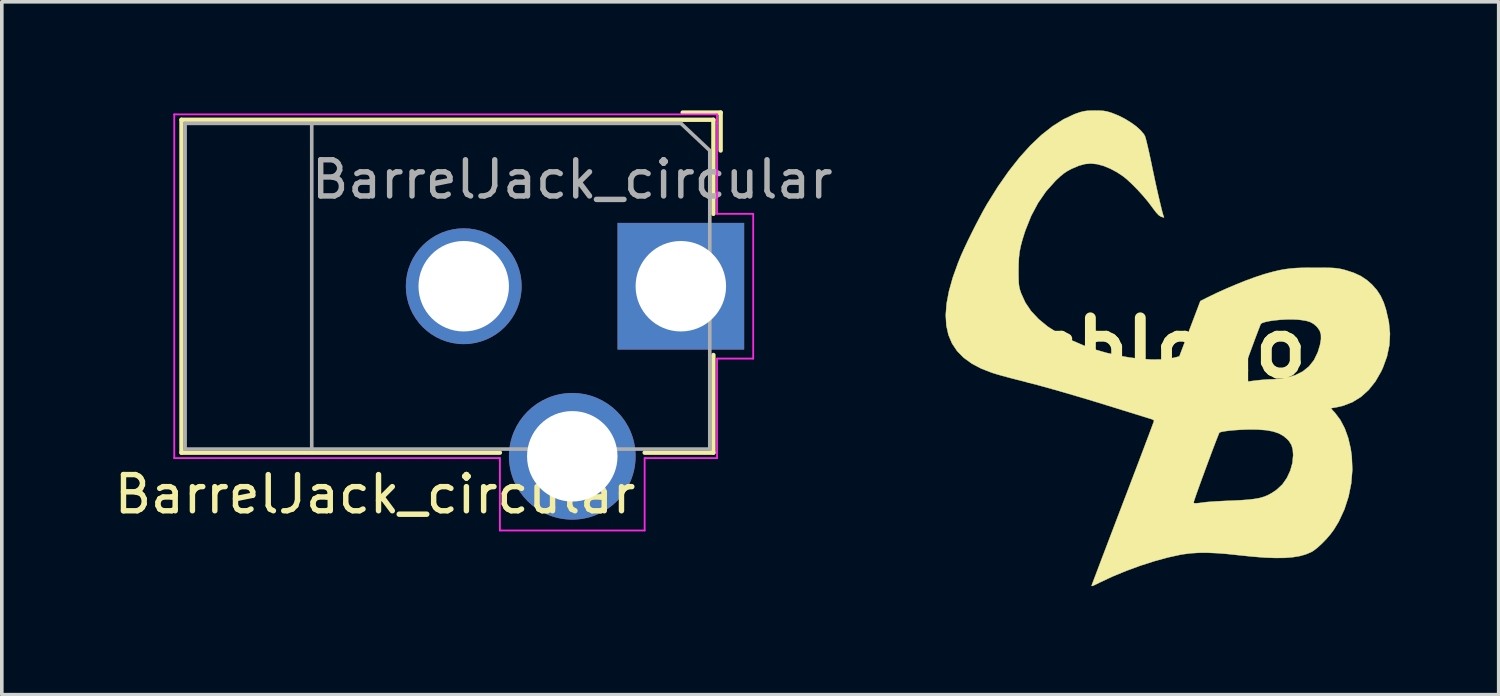
<source format=kicad_pcb>
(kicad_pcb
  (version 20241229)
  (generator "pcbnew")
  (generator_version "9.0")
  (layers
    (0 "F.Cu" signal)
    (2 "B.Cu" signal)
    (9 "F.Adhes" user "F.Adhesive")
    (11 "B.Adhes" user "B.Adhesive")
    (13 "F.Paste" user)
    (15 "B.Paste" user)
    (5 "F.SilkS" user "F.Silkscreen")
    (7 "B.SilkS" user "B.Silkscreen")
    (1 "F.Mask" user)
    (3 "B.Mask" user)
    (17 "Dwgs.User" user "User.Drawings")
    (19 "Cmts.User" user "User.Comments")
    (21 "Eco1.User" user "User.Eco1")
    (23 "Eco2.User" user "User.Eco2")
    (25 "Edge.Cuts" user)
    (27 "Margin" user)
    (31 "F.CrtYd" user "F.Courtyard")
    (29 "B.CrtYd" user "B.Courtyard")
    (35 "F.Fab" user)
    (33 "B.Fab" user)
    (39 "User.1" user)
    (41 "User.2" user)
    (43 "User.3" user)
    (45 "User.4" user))
  (footprint "BarrelJack_circular"
    (layer "F.Cu")
    (at 15.765 4.86)
    (property "Reference" "BarrelJack_circular" (at -8.45 5.75 0) (layer "F.SilkS") (effects (font (size 1 1) (thickness 0.15))))
    (attr through_hole)
    (fp_line (start -13.8 -4.6) (end 0.9 -4.6) (stroke (width 0.12) (type solid)) (layer "F.SilkS"))
    (fp_line (start -13.8 4.6) (end -13.8 -4.6) (stroke (width 0.12) (type solid)) (layer "F.SilkS"))
    (fp_line (start -5 4.6) (end -13.8 4.6) (stroke (width 0.12) (type solid)) (layer "F.SilkS"))
    (fp_line (start 0.05 -4.8) (end 1.1 -4.8) (stroke (width 0.12) (type solid)) (layer "F.SilkS"))
    (fp_line (start 0.9 -4.6) (end 0.9 -2) (stroke (width 0.12) (type solid)) (layer "F.SilkS"))
    (fp_line (start 0.9 1.9) (end 0.9 4.6) (stroke (width 0.12) (type solid)) (layer "F.SilkS"))
    (fp_line (start 0.9 4.6) (end -1 4.6) (stroke (width 0.12) (type solid)) (layer "F.SilkS"))
    (fp_line (start 1.1 -3.75) (end 1.1 -4.8) (stroke (width 0.12) (type solid)) (layer "F.SilkS"))
    (fp_line (start -14 4.75) (end -14 -4.75) (stroke (width 0.05) (type solid)) (layer "F.CrtYd"))
    (fp_line (start -5 4.75) (end -14 4.75) (stroke (width 0.05) (type solid)) (layer "F.CrtYd"))
    (fp_line (start -5 6.75) (end -5 4.75) (stroke (width 0.05) (type solid)) (layer "F.CrtYd"))
    (fp_line (start -1 4.75) (end -1 6.75) (stroke (width 0.05) (type solid)) (layer "F.CrtYd"))
    (fp_line (start -1 6.75) (end -5 6.75) (stroke (width 0.05) (type solid)) (layer "F.CrtYd"))
    (fp_line (start 1 -4.75) (end -14 -4.75) (stroke (width 0.05) (type solid)) (layer "F.CrtYd"))
    (fp_line (start 1 -4.5) (end 1 -4.75) (stroke (width 0.05) (type solid)) (layer "F.CrtYd"))
    (fp_line (start 1 -4.5) (end 1 -2) (stroke (width 0.05) (type solid)) (layer "F.CrtYd"))
    (fp_line (start 1 -2) (end 2 -2) (stroke (width 0.05) (type solid)) (layer "F.CrtYd"))
    (fp_line (start 1 2) (end 1 4.75) (stroke (width 0.05) (type solid)) (layer "F.CrtYd"))
    (fp_line (start 1 4.75) (end -1 4.75) (stroke (width 0.05) (type solid)) (layer "F.CrtYd"))
    (fp_line (start 2 -2) (end 2 2) (stroke (width 0.05) (type solid)) (layer "F.CrtYd"))
    (fp_line (start 2 2) (end 1 2) (stroke (width 0.05) (type solid)) (layer "F.CrtYd"))
    (fp_line (start -13.7 -4.5) (end -13.7 4.5) (stroke (width 0.1) (type solid)) (layer "F.Fab"))
    (fp_line (start -13.7 4.5) (end 0.8 4.5) (stroke (width 0.1) (type solid)) (layer "F.Fab"))
    (fp_line (start -10.2 -4.5) (end -10.2 4.5) (stroke (width 0.1) (type solid)) (layer "F.Fab"))
    (fp_line (start -0.003 -4.505) (end 0.8 -3.75) (stroke (width 0.1) (type solid)) (layer "F.Fab"))
    (fp_line (start 0 -4.5) (end -13.7 -4.5) (stroke (width 0.1) (type solid)) (layer "F.Fab"))
    (fp_line (start 0.8 4.5) (end 0.8 -3.75) (stroke (width 0.1) (type solid)) (layer "F.Fab"))
    (fp_text user "${REFERENCE}" (at -3 -2.95 0) (layer "F.Fab") (effects (font (size 1 1) (thickness 0.15))))
    (pad "1" thru_hole rect (at 0 0) (size 3.5 3.5) (drill 2.5) (layers "*.Cu" "*.Mask"))
    (pad "2" thru_hole circle (at -6 0) (size 3.2 3.2) (drill 2.5) (layers "*.Cu" "*.Mask"))
    (pad "3" thru_hole oval (at -3 4.7) (size 3.5 3.5) (drill 2.5) (layers "*.Cu" "*.Mask")))
  (footprint "cblogo"
    (layer "F.Cu")
    (at 29.224 6.568)
    (property "Reference" "cblogo" (at 0 0 0) (layer "F.SilkS") (effects (font (size 1.524 1.524) (thickness 0.3))))
    (attr through_hole)
    (fp_poly (pts (xy -1.882 -6.561) (xy -1.776 -6.554) (xy -1.686 -6.538) (xy -1.591 -6.511) (xy -1.537 -6.493) (xy -1.361 -6.422) (xy -1.186 -6.333) (xy -1.02 -6.231) (xy -0.872 -6.123) (xy -0.751 -6.014) (xy -0.664 -5.911) (xy -0.633 -5.857) (xy -0.616 -5.805) (xy -0.591 -5.71) (xy -0.56 -5.581) (xy -0.524 -5.425) (xy -0.486 -5.25) (xy -0.446 -5.063) (xy -0.445 -5.054) (xy -0.399 -4.836) (xy -0.353 -4.618) (xy -0.307 -4.408) (xy -0.262 -4.21) (xy -0.22 -4.031) (xy -0.183 -3.877) (xy -0.152 -3.755) (xy -0.128 -3.67) (xy -0.112 -3.629) (xy -0.112 -3.629) (xy -0.105 -3.611) (xy -0.123 -3.61) (xy -0.176 -3.627) (xy -0.194 -3.633) (xy -0.248 -3.667) (xy -0.318 -3.74) (xy -0.406 -3.854) (xy -0.433 -3.892) (xy -0.546 -4.042) (xy -0.682 -4.204) (xy -0.83 -4.367) (xy -0.98 -4.52) (xy -1.121 -4.652) (xy -1.229 -4.741) (xy -1.403 -4.857) (xy -1.593 -4.958) (xy -1.783 -5.035) (xy -1.956 -5.082) (xy -1.957 -5.082) (xy -2.127 -5.099) (xy -2.292 -5.085) (xy -2.464 -5.037) (xy -2.658 -4.954) (xy -2.666 -4.95) (xy -2.777 -4.891) (xy -2.873 -4.827) (xy -2.97 -4.748) (xy -3.082 -4.644) (xy -3.114 -4.612) (xy -3.368 -4.327) (xy -3.588 -4.008) (xy -3.777 -3.652) (xy -3.935 -3.258) (xy -3.962 -3.178) (xy -4.023 -2.98) (xy -4.068 -2.811) (xy -4.098 -2.655) (xy -4.116 -2.497) (xy -4.125 -2.319) (xy -4.127 -2.121) (xy -4.126 -1.964) (xy -4.123 -1.847) (xy -4.117 -1.757) (xy -4.106 -1.683) (xy -4.089 -1.614) (xy -4.064 -1.538) (xy -4.055 -1.512) (xy -3.941 -1.261) (xy -3.781 -1.023) (xy -3.572 -0.8) (xy -3.317 -0.591) (xy -3.013 -0.396) (xy -2.66 -0.214) (xy -2.318 -0.067) (xy -2.016 0.041) (xy -1.699 0.132) (xy -1.377 0.206) (xy -1.055 0.263) (xy -0.743 0.3) (xy -0.446 0.318) (xy -0.174 0.315) (xy 0.067 0.29) (xy 0.229 0.254) (xy 0.318 0.229) (xy 0.608 -0.535) (xy 0.898 -1.299) (xy 1.096 -1.399) (xy 1.348 -1.521) (xy 1.616 -1.642) (xy 1.889 -1.758) (xy 2.156 -1.865) (xy 2.407 -1.957) (xy 2.629 -2.031) (xy 2.716 -2.057) (xy 2.904 -2.108) (xy 3.07 -2.148) (xy 3.226 -2.177) (xy 3.383 -2.197) (xy 3.552 -2.211) (xy 3.745 -2.218) (xy 3.974 -2.22) (xy 4.064 -2.22) (xy 4.257 -2.22) (xy 4.407 -2.218) (xy 4.525 -2.215) (xy 4.618 -2.209) (xy 4.696 -2.2) (xy 4.767 -2.188) (xy 4.841 -2.171) (xy 4.909 -2.153) (xy 5.138 -2.079) (xy 5.331 -1.99) (xy 5.499 -1.879) (xy 5.642 -1.753) (xy 5.774 -1.604) (xy 5.88 -1.442) (xy 5.966 -1.255) (xy 6.029 -1.062) (xy 6.107 -0.721) (xy 6.138 -0.394) (xy 6.121 -0.079) (xy 6.056 0.232) (xy 5.943 0.542) (xy 5.894 0.648) (xy 5.736 0.923) (xy 5.551 1.156) (xy 5.341 1.346) (xy 5.107 1.492) (xy 4.85 1.593) (xy 4.67 1.635) (xy 4.502 1.664) (xy 4.621 1.793) (xy 4.765 1.985) (xy 4.887 2.217) (xy 4.984 2.485) (xy 5.053 2.782) (xy 5.082 2.989) (xy 5.098 3.36) (xy 5.068 3.735) (xy 4.994 4.104) (xy 4.878 4.461) (xy 4.723 4.796) (xy 4.589 5.016) (xy 4.493 5.146) (xy 4.379 5.279) (xy 4.255 5.406) (xy 4.134 5.517) (xy 4.023 5.602) (xy 3.962 5.638) (xy 3.814 5.701) (xy 3.644 5.749) (xy 3.448 5.781) (xy 3.223 5.799) (xy 2.965 5.801) (xy 2.669 5.79) (xy 2.333 5.763) (xy 1.981 5.727) (xy 1.645 5.691) (xy 1.351 5.668) (xy 1.091 5.657) (xy 0.858 5.658) (xy 0.644 5.671) (xy 0.443 5.696) (xy 0.35 5.711) (xy 0.003 5.787) (xy -0.371 5.889) (xy -0.76 6.014) (xy -1.149 6.157) (xy -1.528 6.313) (xy -1.881 6.478) (xy -1.885 6.48) (xy -1.988 6.531) (xy -2.054 6.562) (xy -2.09 6.575) (xy -2.106 6.575) (xy -2.108 6.567) (xy -2.099 6.543) (xy -2.074 6.474) (xy -2.032 6.364) (xy -1.976 6.216) (xy -1.907 6.034) (xy -1.827 5.821) (xy -1.735 5.581) (xy -1.634 5.315) (xy -1.525 5.029) (xy -1.409 4.724) (xy -1.287 4.405) (xy -1.245 4.294) (xy -1.236 4.271) (xy 0.711 4.271) (xy 0.727 4.287) (xy 0.776 4.291) (xy 0.866 4.283) (xy 0.991 4.266) (xy 1.064 4.257) (xy 1.179 4.248) (xy 1.325 4.238) (xy 1.491 4.229) (xy 1.67 4.221) (xy 1.753 4.218) (xy 2.005 4.206) (xy 2.215 4.191) (xy 2.388 4.171) (xy 2.534 4.145) (xy 2.659 4.109) (xy 2.771 4.062) (xy 2.878 4.003) (xy 2.987 3.93) (xy 3.018 3.906) (xy 3.165 3.768) (xy 3.288 3.593) (xy 3.382 3.392) (xy 3.442 3.177) (xy 3.463 2.96) (xy 3.452 2.803) (xy 3.415 2.678) (xy 3.347 2.57) (xy 3.3 2.519) (xy 3.189 2.426) (xy 3.058 2.355) (xy 2.902 2.304) (xy 2.714 2.27) (xy 2.486 2.253) (xy 2.324 2.25) (xy 2.167 2.252) (xy 2.004 2.259) (xy 1.844 2.269) (xy 1.697 2.283) (xy 1.572 2.299) (xy 1.478 2.317) (xy 1.427 2.334) (xy 1.413 2.36) (xy 1.386 2.428) (xy 1.345 2.531) (xy 1.294 2.663) (xy 1.235 2.818) (xy 1.171 2.99) (xy 1.103 3.172) (xy 1.034 3.359) (xy 0.966 3.544) (xy 0.901 3.721) (xy 0.843 3.883) (xy 0.792 4.025) (xy 0.752 4.141) (xy 0.724 4.223) (xy 0.712 4.267) (xy 0.711 4.271) (xy -1.236 4.271) (xy -1.121 3.971) (xy -1.003 3.66) (xy -0.891 3.367) (xy -0.787 3.093) (xy -0.692 2.842) (xy -0.608 2.618) (xy -0.534 2.424) (xy -0.474 2.263) (xy -0.428 2.138) (xy -0.397 2.054) (xy -0.382 2.012) (xy -0.381 2.008) (xy -0.403 1.985) (xy -0.456 1.962) (xy -0.464 1.96) (xy -0.506 1.947) (xy -0.591 1.921) (xy -0.713 1.883) (xy -0.865 1.836) (xy -1.042 1.781) (xy -1.237 1.721) (xy -1.445 1.656) (xy -1.448 1.655) (xy -2.053 1.469) (xy -2.612 1.302) (xy -3.124 1.154) (xy -3.591 1.024) (xy -3.887 0.947) (xy 1.967 0.947) (xy 1.98 0.962) (xy 2.025 0.955) (xy 2.078 0.946) (xy 2.168 0.933) (xy 2.282 0.917) (xy 2.395 0.902) (xy 2.537 0.886) (xy 2.683 0.873) (xy 2.813 0.865) (xy 2.885 0.864) (xy 3.012 0.858) (xy 3.156 0.842) (xy 3.271 0.823) (xy 3.518 0.752) (xy 3.728 0.647) (xy 3.901 0.507) (xy 4.039 0.331) (xy 4.143 0.117) (xy 4.205 -0.089) (xy 4.232 -0.247) (xy 4.23 -0.373) (xy 4.197 -0.479) (xy 4.131 -0.573) (xy 4.106 -0.6) (xy 4.026 -0.668) (xy 3.936 -0.718) (xy 3.825 -0.752) (xy 3.683 -0.775) (xy 3.572 -0.786) (xy 3.428 -0.792) (xy 3.271 -0.79) (xy 3.11 -0.781) (xy 2.956 -0.766) (xy 2.815 -0.746) (xy 2.698 -0.722) (xy 2.613 -0.695) (xy 2.569 -0.667) (xy 2.567 -0.664) (xy 2.553 -0.63) (xy 2.524 -0.555) (xy 2.482 -0.445) (xy 2.429 -0.306) (xy 2.369 -0.144) (xy 2.303 0.034) (xy 2.278 0.102) (xy 2.21 0.286) (xy 2.146 0.458) (xy 2.09 0.611) (xy 2.043 0.738) (xy 2.007 0.833) (xy 1.986 0.889) (xy 1.983 0.897) (xy 1.967 0.947) (xy -3.887 0.947) (xy -4.012 0.914) (xy -4.102 0.891) (xy -4.274 0.848) (xy -4.447 0.802) (xy -4.608 0.758) (xy -4.744 0.719) (xy -4.843 0.689) (xy -5.152 0.57) (xy -5.418 0.43) (xy -5.642 0.268) (xy -5.825 0.082) (xy -5.965 -0.128) (xy -6.064 -0.364) (xy -6.122 -0.625) (xy -6.138 -0.913) (xy -6.114 -1.229) (xy -6.049 -1.573) (xy -5.944 -1.947) (xy -5.799 -2.351) (xy -5.717 -2.553) (xy -5.639 -2.727) (xy -5.543 -2.932) (xy -5.433 -3.156) (xy -5.318 -3.385) (xy -5.202 -3.607) (xy -5.094 -3.808) (xy -4.998 -3.977) (xy -4.991 -3.988) (xy -4.697 -4.459) (xy -4.399 -4.885) (xy -4.098 -5.267) (xy -3.796 -5.601) (xy -3.492 -5.889) (xy -3.188 -6.129) (xy -2.885 -6.32) (xy -2.583 -6.462) (xy -2.517 -6.486) (xy -2.409 -6.522) (xy -2.317 -6.544) (xy -2.225 -6.557) (xy -2.112 -6.562) (xy -2.019 -6.563) (xy -1.882 -6.561)) (stroke (width 0.01) (type solid)) (fill yes) (layer "F.SilkS")))
  (gr_rect
    (start -3 -3)
    (end 38.367 16.148)
    (stroke (width 0.1) (type default))
    (fill no)
    (layer "Edge.Cuts")))
</source>
